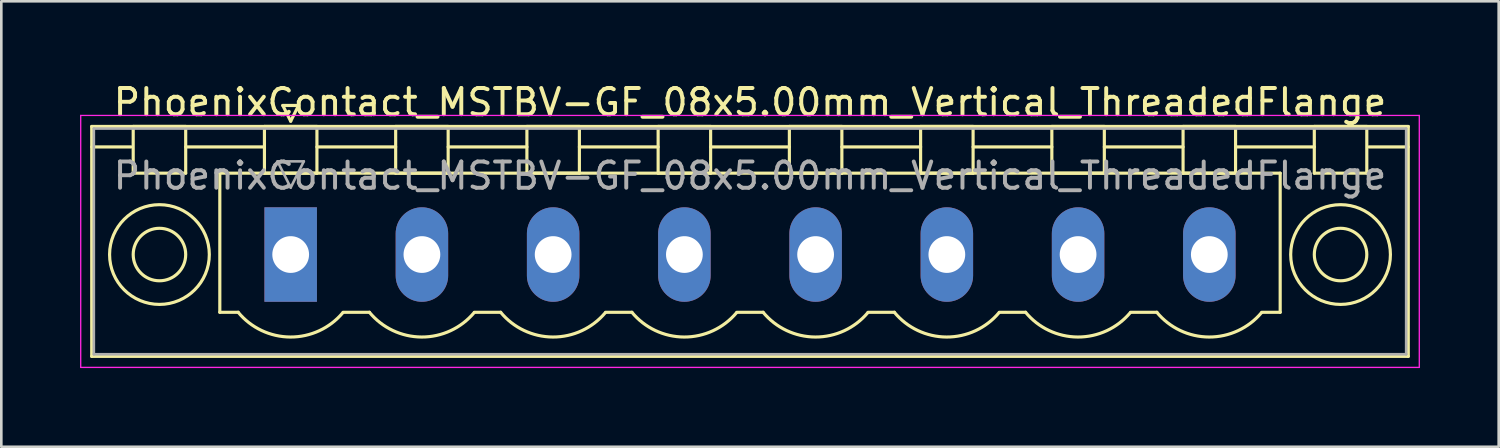
<source format=kicad_pcb>
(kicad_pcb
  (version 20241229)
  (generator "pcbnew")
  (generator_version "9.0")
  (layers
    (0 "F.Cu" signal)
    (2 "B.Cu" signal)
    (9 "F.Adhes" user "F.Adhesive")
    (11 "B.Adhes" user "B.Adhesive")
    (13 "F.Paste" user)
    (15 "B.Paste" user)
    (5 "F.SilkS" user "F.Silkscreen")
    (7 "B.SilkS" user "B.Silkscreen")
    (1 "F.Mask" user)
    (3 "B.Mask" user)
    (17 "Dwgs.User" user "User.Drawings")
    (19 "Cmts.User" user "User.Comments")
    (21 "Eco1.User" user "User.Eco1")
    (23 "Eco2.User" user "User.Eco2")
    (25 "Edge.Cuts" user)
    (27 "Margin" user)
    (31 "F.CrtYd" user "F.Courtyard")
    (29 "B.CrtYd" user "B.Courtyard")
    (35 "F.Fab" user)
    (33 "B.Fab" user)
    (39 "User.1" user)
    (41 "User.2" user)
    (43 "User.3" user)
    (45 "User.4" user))
  (footprint "PhoenixContact_MSTBV-GF_08x5.00mm_Vertical_ThreadedFlange"
    (layer "F.Cu")
    (at 8.025 6.648)
    (property "Reference" "PhoenixContact_MSTBV-GF_08x5.00mm_Vertical_ThreadedFlange" (at 17.5 -5.8 0) (layer "F.SilkS") (effects (font (size 1 1) (thickness 0.15))))
    (attr through_hole)
    (fp_line (start -7.58 -4.88) (end -7.58 3.88) (stroke (width 0.12) (type solid)) (layer "F.SilkS"))
    (fp_line (start -7.58 -4.1) (end -6.08 -4.1) (stroke (width 0.12) (type solid)) (layer "F.SilkS"))
    (fp_line (start -7.58 3.88) (end 42.58 3.88) (stroke (width 0.12) (type solid)) (layer "F.SilkS"))
    (fp_line (start -6 -4.88) (end -4 -4.88) (stroke (width 0.12) (type solid)) (layer "F.SilkS"))
    (fp_line (start -6 -3.1) (end -6 -4.88) (stroke (width 0.12) (type solid)) (layer "F.SilkS"))
    (fp_line (start -4 -4.88) (end -4 -3.1) (stroke (width 0.12) (type solid)) (layer "F.SilkS"))
    (fp_line (start -4 -4.1) (end -1 -4.1) (stroke (width 0.12) (type solid)) (layer "F.SilkS"))
    (fp_line (start -4 -3.1) (end -6 -3.1) (stroke (width 0.12) (type solid)) (layer "F.SilkS"))
    (fp_line (start -2.7 -3.1) (end 37.7 -3.1) (stroke (width 0.12) (type solid)) (layer "F.SilkS"))
    (fp_line (start -2.7 2.2) (end -2.7 -3.1) (stroke (width 0.12) (type solid)) (layer "F.SilkS"))
    (fp_line (start -2 2.2) (end -2.7 2.2) (stroke (width 0.12) (type solid)) (layer "F.SilkS"))
    (fp_line (start -1 -4.88) (end 1 -4.88) (stroke (width 0.12) (type solid)) (layer "F.SilkS"))
    (fp_line (start -1 -3.1) (end -1 -4.88) (stroke (width 0.12) (type solid)) (layer "F.SilkS"))
    (fp_line (start -0.3 -5.68) (end 0.3 -5.68) (stroke (width 0.12) (type solid)) (layer "F.SilkS"))
    (fp_line (start 0 -5.08) (end -0.3 -5.68) (stroke (width 0.12) (type solid)) (layer "F.SilkS"))
    (fp_line (start 0.3 -5.68) (end 0 -5.08) (stroke (width 0.12) (type solid)) (layer "F.SilkS"))
    (fp_line (start 1 -4.88) (end 1 -3.1) (stroke (width 0.12) (type solid)) (layer "F.SilkS"))
    (fp_line (start 1 -4.1) (end 4 -4.1) (stroke (width 0.12) (type solid)) (layer "F.SilkS"))
    (fp_line (start 1 -3.1) (end -1 -3.1) (stroke (width 0.12) (type solid)) (layer "F.SilkS"))
    (fp_line (start 2 2.2) (end 3 2.2) (stroke (width 0.12) (type solid)) (layer "F.SilkS"))
    (fp_line (start 4 -4.88) (end 6 -4.88) (stroke (width 0.12) (type solid)) (layer "F.SilkS"))
    (fp_line (start 4 -3.1) (end 4 -4.88) (stroke (width 0.12) (type solid)) (layer "F.SilkS"))
    (fp_line (start 6 -4.88) (end 6 -3.1) (stroke (width 0.12) (type solid)) (layer "F.SilkS"))
    (fp_line (start 6 -4.1) (end 9 -4.1) (stroke (width 0.12) (type solid)) (layer "F.SilkS"))
    (fp_line (start 6 -3.1) (end 4 -3.1) (stroke (width 0.12) (type solid)) (layer "F.SilkS"))
    (fp_line (start 7 2.2) (end 8 2.2) (stroke (width 0.12) (type solid)) (layer "F.SilkS"))
    (fp_line (start 9 -4.88) (end 11 -4.88) (stroke (width 0.12) (type solid)) (layer "F.SilkS"))
    (fp_line (start 9 -3.1) (end 9 -4.88) (stroke (width 0.12) (type solid)) (layer "F.SilkS"))
    (fp_line (start 11 -4.88) (end 11 -3.1) (stroke (width 0.12) (type solid)) (layer "F.SilkS"))
    (fp_line (start 11 -4.1) (end 14 -4.1) (stroke (width 0.12) (type solid)) (layer "F.SilkS"))
    (fp_line (start 11 -3.1) (end 9 -3.1) (stroke (width 0.12) (type solid)) (layer "F.SilkS"))
    (fp_line (start 12 2.2) (end 13 2.2) (stroke (width 0.12) (type solid)) (layer "F.SilkS"))
    (fp_line (start 14 -4.88) (end 16 -4.88) (stroke (width 0.12) (type solid)) (layer "F.SilkS"))
    (fp_line (start 14 -3.1) (end 14 -4.88) (stroke (width 0.12) (type solid)) (layer "F.SilkS"))
    (fp_line (start 16 -4.88) (end 16 -3.1) (stroke (width 0.12) (type solid)) (layer "F.SilkS"))
    (fp_line (start 16 -4.1) (end 19 -4.1) (stroke (width 0.12) (type solid)) (layer "F.SilkS"))
    (fp_line (start 16 -3.1) (end 14 -3.1) (stroke (width 0.12) (type solid)) (layer "F.SilkS"))
    (fp_line (start 17 2.2) (end 18 2.2) (stroke (width 0.12) (type solid)) (layer "F.SilkS"))
    (fp_line (start 19 -4.88) (end 21 -4.88) (stroke (width 0.12) (type solid)) (layer "F.SilkS"))
    (fp_line (start 19 -3.1) (end 19 -4.88) (stroke (width 0.12) (type solid)) (layer "F.SilkS"))
    (fp_line (start 21 -4.88) (end 21 -3.1) (stroke (width 0.12) (type solid)) (layer "F.SilkS"))
    (fp_line (start 21 -4.1) (end 24 -4.1) (stroke (width 0.12) (type solid)) (layer "F.SilkS"))
    (fp_line (start 21 -3.1) (end 19 -3.1) (stroke (width 0.12) (type solid)) (layer "F.SilkS"))
    (fp_line (start 22 2.2) (end 23 2.2) (stroke (width 0.12) (type solid)) (layer "F.SilkS"))
    (fp_line (start 24 -4.88) (end 26 -4.88) (stroke (width 0.12) (type solid)) (layer "F.SilkS"))
    (fp_line (start 24 -3.1) (end 24 -4.88) (stroke (width 0.12) (type solid)) (layer "F.SilkS"))
    (fp_line (start 26 -4.88) (end 26 -3.1) (stroke (width 0.12) (type solid)) (layer "F.SilkS"))
    (fp_line (start 26 -4.1) (end 29 -4.1) (stroke (width 0.12) (type solid)) (layer "F.SilkS"))
    (fp_line (start 26 -3.1) (end 24 -3.1) (stroke (width 0.12) (type solid)) (layer "F.SilkS"))
    (fp_line (start 27 2.2) (end 28 2.2) (stroke (width 0.12) (type solid)) (layer "F.SilkS"))
    (fp_line (start 29 -4.88) (end 31 -4.88) (stroke (width 0.12) (type solid)) (layer "F.SilkS"))
    (fp_line (start 29 -3.1) (end 29 -4.88) (stroke (width 0.12) (type solid)) (layer "F.SilkS"))
    (fp_line (start 31 -4.88) (end 31 -3.1) (stroke (width 0.12) (type solid)) (layer "F.SilkS"))
    (fp_line (start 31 -4.1) (end 34 -4.1) (stroke (width 0.12) (type solid)) (layer "F.SilkS"))
    (fp_line (start 31 -3.1) (end 29 -3.1) (stroke (width 0.12) (type solid)) (layer "F.SilkS"))
    (fp_line (start 32 2.2) (end 33 2.2) (stroke (width 0.12) (type solid)) (layer "F.SilkS"))
    (fp_line (start 34 -4.88) (end 36 -4.88) (stroke (width 0.12) (type solid)) (layer "F.SilkS"))
    (fp_line (start 34 -3.1) (end 34 -4.88) (stroke (width 0.12) (type solid)) (layer "F.SilkS"))
    (fp_line (start 36 -4.88) (end 36 -3.1) (stroke (width 0.12) (type solid)) (layer "F.SilkS"))
    (fp_line (start 36 -4.1) (end 39 -4.1) (stroke (width 0.12) (type solid)) (layer "F.SilkS"))
    (fp_line (start 36 -3.1) (end 34 -3.1) (stroke (width 0.12) (type solid)) (layer "F.SilkS"))
    (fp_line (start 37.7 -3.1) (end 37.7 2.2) (stroke (width 0.12) (type solid)) (layer "F.SilkS"))
    (fp_line (start 37.7 2.2) (end 37 2.2) (stroke (width 0.12) (type solid)) (layer "F.SilkS"))
    (fp_line (start 39 -4.88) (end 41 -4.88) (stroke (width 0.12) (type solid)) (layer "F.SilkS"))
    (fp_line (start 39 -3.1) (end 39 -4.88) (stroke (width 0.12) (type solid)) (layer "F.SilkS"))
    (fp_line (start 41 -4.88) (end 41 -3.1) (stroke (width 0.12) (type solid)) (layer "F.SilkS"))
    (fp_line (start 41 -3.1) (end 39 -3.1) (stroke (width 0.12) (type solid)) (layer "F.SilkS"))
    (fp_line (start 42.58 -4.88) (end -7.58 -4.88) (stroke (width 0.12) (type solid)) (layer "F.SilkS"))
    (fp_line (start 42.58 -4.1) (end 41.08 -4.1) (stroke (width 0.12) (type solid)) (layer "F.SilkS"))
    (fp_line (start 42.58 3.88) (end 42.58 -4.88) (stroke (width 0.12) (type solid)) (layer "F.SilkS"))
    (fp_arc (start 1.986842 2.215821) (mid -0.010289 3.142758) (end -2 2.2) (stroke (width 0.12) (type solid)) (layer "F.SilkS"))
    (fp_arc (start 6.986842 2.215821) (mid 4.989711 3.142758) (end 3 2.2) (stroke (width 0.12) (type solid)) (layer "F.SilkS"))
    (fp_arc (start 11.986842 2.215821) (mid 9.989711 3.142758) (end 8 2.2) (stroke (width 0.12) (type solid)) (layer "F.SilkS"))
    (fp_arc (start 16.986842 2.215821) (mid 14.989711 3.142758) (end 13 2.2) (stroke (width 0.12) (type solid)) (layer "F.SilkS"))
    (fp_arc (start 21.986842 2.215821) (mid 19.989711 3.142758) (end 18 2.2) (stroke (width 0.12) (type solid)) (layer "F.SilkS"))
    (fp_arc (start 26.986842 2.215821) (mid 24.989711 3.142758) (end 23 2.2) (stroke (width 0.12) (type solid)) (layer "F.SilkS"))
    (fp_arc (start 31.986842 2.215821) (mid 29.989711 3.142758) (end 28 2.2) (stroke (width 0.12) (type solid)) (layer "F.SilkS"))
    (fp_arc (start 36.986842 2.215821) (mid 34.989711 3.142758) (end 33 2.2) (stroke (width 0.12) (type solid)) (layer "F.SilkS"))
    (fp_circle (center -5 0) (end -4 0) (stroke (width 0.12) (type solid)) (fill no) (layer "F.SilkS"))
    (fp_circle (center -5 0) (end -3.1 0) (stroke (width 0.12) (type solid)) (fill no) (layer "F.SilkS"))
    (fp_circle (center 40 0) (end 41 0) (stroke (width 0.12) (type solid)) (fill no) (layer "F.SilkS"))
    (fp_circle (center 40 0) (end 41.9 0) (stroke (width 0.12) (type solid)) (fill no) (layer "F.SilkS"))
    (fp_line (start -8 -5.3) (end -8 4.3) (stroke (width 0.05) (type solid)) (layer "F.CrtYd"))
    (fp_line (start -8 4.3) (end 43 4.3) (stroke (width 0.05) (type solid)) (layer "F.CrtYd"))
    (fp_line (start 43 -5.3) (end -8 -5.3) (stroke (width 0.05) (type solid)) (layer "F.CrtYd"))
    (fp_line (start 43 4.3) (end 43 -5.3) (stroke (width 0.05) (type solid)) (layer "F.CrtYd"))
    (fp_line (start -7.5 -4.8) (end -7.5 3.8) (stroke (width 0.1) (type solid)) (layer "F.Fab"))
    (fp_line (start -7.5 3.8) (end 42.5 3.8) (stroke (width 0.1) (type solid)) (layer "F.Fab"))
    (fp_line (start -0.5 -3.55) (end 0.5 -3.55) (stroke (width 0.1) (type solid)) (layer "F.Fab"))
    (fp_line (start 0 -2.55) (end -0.5 -3.55) (stroke (width 0.1) (type solid)) (layer "F.Fab"))
    (fp_line (start 0.5 -3.55) (end 0 -2.55) (stroke (width 0.1) (type solid)) (layer "F.Fab"))
    (fp_line (start 42.5 -4.8) (end -7.5 -4.8) (stroke (width 0.1) (type solid)) (layer "F.Fab"))
    (fp_line (start 42.5 3.8) (end 42.5 -4.8) (stroke (width 0.1) (type solid)) (layer "F.Fab"))
    (fp_text user "${REFERENCE}" (at 17.5 -3 0) (layer "F.Fab") (effects (font (size 1 1) (thickness 0.15))))
    (pad "1" thru_hole rect (at 0 0) (size 2 3.6) (drill 1.4) (layers "*.Cu" "*.Mask"))
    (pad "2" thru_hole oval (at 5 0) (size 2 3.6) (drill 1.4) (layers "*.Cu" "*.Mask"))
    (pad "3" thru_hole oval (at 10 0) (size 2 3.6) (drill 1.4) (layers "*.Cu" "*.Mask"))
    (pad "4" thru_hole oval (at 15 0) (size 2 3.6) (drill 1.4) (layers "*.Cu" "*.Mask"))
    (pad "5" thru_hole oval (at 20 0) (size 2 3.6) (drill 1.4) (layers "*.Cu" "*.Mask"))
    (pad "6" thru_hole oval (at 25 0) (size 2 3.6) (drill 1.4) (layers "*.Cu" "*.Mask"))
    (pad "7" thru_hole oval (at 30 0) (size 2 3.6) (drill 1.4) (layers "*.Cu" "*.Mask"))
    (pad "8" thru_hole oval (at 35 0) (size 2 3.6) (drill 1.4) (layers "*.Cu" "*.Mask")))
  (gr_rect
    (start -3 -3)
    (end 54.05 13.973)
    (stroke (width 0.1) (type default))
    (fill no)
    (layer "Edge.Cuts")))
</source>
